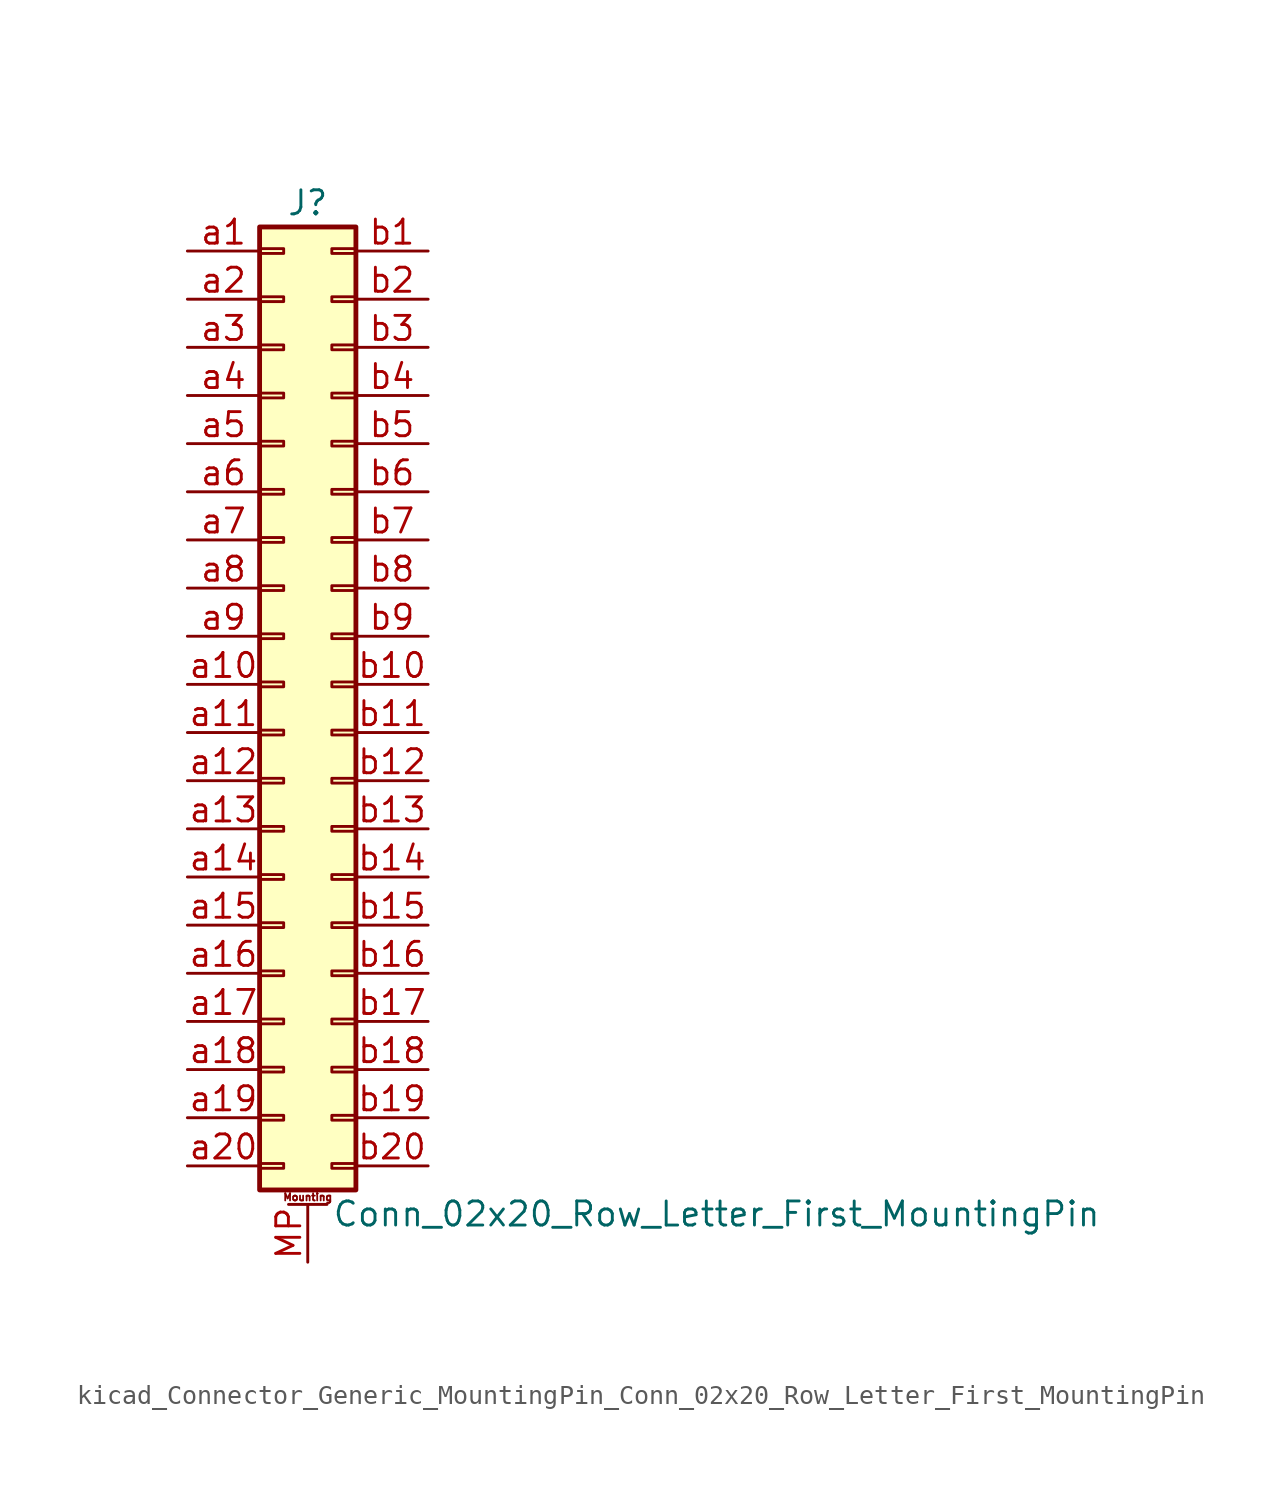
<source format=kicad_sym>
(kicad_symbol_lib
  (version 20220914)
  (generator kicad_symbol_editor)
  (symbol "kicad_Connector_Generic_MountingPin_Conn_02x20_Row_Letter_First_MountingPin"
    (pin_names
      (offset 1.016) hide)
    (property "Reference" "J"
      (at 1.27 25.4 0)
      (effects (font (size 1.27 1.27))))
    (property "Value" "Conn_02x20_Row_Letter_First_MountingPin"
      (at 2.54 -27.94 0)
      (effects (font (size 1.27 1.27)) (justify left)))
    (symbol "kicad_Connector_Generic_MountingPin_Conn_02x20_Row_Letter_First_MountingPin_1_1"
      (rectangle (start -1.27 -25.273) (end 0 -25.527) (stroke (width 0.152) (type default)) (fill (type none)))
      (rectangle (start -1.27 -22.733) (end 0 -22.987) (stroke (width 0.152) (type default)) (fill (type none)))
      (rectangle (start -1.27 -20.193) (end 0 -20.447) (stroke (width 0.152) (type default)) (fill (type none)))
      (rectangle (start -1.27 -17.653) (end 0 -17.907) (stroke (width 0.152) (type default)) (fill (type none)))
      (rectangle (start -1.27 -15.113) (end 0 -15.367) (stroke (width 0.152) (type default)) (fill (type none)))
      (rectangle (start -1.27 -12.573) (end 0 -12.827) (stroke (width 0.152) (type default)) (fill (type none)))
      (rectangle (start -1.27 -10.033) (end 0 -10.287) (stroke (width 0.152) (type default)) (fill (type none)))
      (rectangle (start -1.27 -7.493) (end 0 -7.747) (stroke (width 0.152) (type default)) (fill (type none)))
      (rectangle (start -1.27 -4.953) (end 0 -5.207) (stroke (width 0.152) (type default)) (fill (type none)))
      (rectangle (start -1.27 -2.413) (end 0 -2.667) (stroke (width 0.152) (type default)) (fill (type none)))
      (rectangle (start -1.27 0.127) (end 0 -0.127) (stroke (width 0.152) (type default)) (fill (type none)))
      (rectangle (start -1.27 2.667) (end 0 2.413) (stroke (width 0.152) (type default)) (fill (type none)))
      (rectangle (start -1.27 5.207) (end 0 4.953) (stroke (width 0.152) (type default)) (fill (type none)))
      (rectangle (start -1.27 7.747) (end 0 7.493) (stroke (width 0.152) (type default)) (fill (type none)))
      (rectangle (start -1.27 10.287) (end 0 10.033) (stroke (width 0.152) (type default)) (fill (type none)))
      (rectangle (start -1.27 12.827) (end 0 12.573) (stroke (width 0.152) (type default)) (fill (type none)))
      (rectangle (start -1.27 15.367) (end 0 15.113) (stroke (width 0.152) (type default)) (fill (type none)))
      (rectangle (start -1.27 17.907) (end 0 17.653) (stroke (width 0.152) (type default)) (fill (type none)))
      (rectangle (start -1.27 20.447) (end 0 20.193) (stroke (width 0.152) (type default)) (fill (type none)))
      (rectangle (start -1.27 22.987) (end 0 22.733) (stroke (width 0.152) (type default)) (fill (type none)))
      (rectangle (start -1.27 24.13) (end 3.81 -26.67) (stroke (width 0.254) (type default)) (fill (type background)))
      (polyline (pts (xy 0.254 -27.432) (xy 2.286 -27.432)) (stroke (width 0.152) (type default)) (fill (type none)))
      (rectangle (start 3.81 -25.273) (end 2.54 -25.527) (stroke (width 0.152) (type default)) (fill (type none)))
      (rectangle (start 3.81 -22.733) (end 2.54 -22.987) (stroke (width 0.152) (type default)) (fill (type none)))
      (rectangle (start 3.81 -20.193) (end 2.54 -20.447) (stroke (width 0.152) (type default)) (fill (type none)))
      (rectangle (start 3.81 -17.653) (end 2.54 -17.907) (stroke (width 0.152) (type default)) (fill (type none)))
      (rectangle (start 3.81 -15.113) (end 2.54 -15.367) (stroke (width 0.152) (type default)) (fill (type none)))
      (rectangle (start 3.81 -12.573) (end 2.54 -12.827) (stroke (width 0.152) (type default)) (fill (type none)))
      (rectangle (start 3.81 -10.033) (end 2.54 -10.287) (stroke (width 0.152) (type default)) (fill (type none)))
      (rectangle (start 3.81 -7.493) (end 2.54 -7.747) (stroke (width 0.152) (type default)) (fill (type none)))
      (rectangle (start 3.81 -4.953) (end 2.54 -5.207) (stroke (width 0.152) (type default)) (fill (type none)))
      (rectangle (start 3.81 -2.413) (end 2.54 -2.667) (stroke (width 0.152) (type default)) (fill (type none)))
      (rectangle (start 3.81 0.127) (end 2.54 -0.127) (stroke (width 0.152) (type default)) (fill (type none)))
      (rectangle (start 3.81 2.667) (end 2.54 2.413) (stroke (width 0.152) (type default)) (fill (type none)))
      (rectangle (start 3.81 5.207) (end 2.54 4.953) (stroke (width 0.152) (type default)) (fill (type none)))
      (rectangle (start 3.81 7.747) (end 2.54 7.493) (stroke (width 0.152) (type default)) (fill (type none)))
      (rectangle (start 3.81 10.287) (end 2.54 10.033) (stroke (width 0.152) (type default)) (fill (type none)))
      (rectangle (start 3.81 12.827) (end 2.54 12.573) (stroke (width 0.152) (type default)) (fill (type none)))
      (rectangle (start 3.81 15.367) (end 2.54 15.113) (stroke (width 0.152) (type default)) (fill (type none)))
      (rectangle (start 3.81 17.907) (end 2.54 17.653) (stroke (width 0.152) (type default)) (fill (type none)))
      (rectangle (start 3.81 20.447) (end 2.54 20.193) (stroke (width 0.152) (type default)) (fill (type none)))
      (rectangle (start 3.81 22.987) (end 2.54 22.733) (stroke (width 0.152) (type default)) (fill (type none)))
      (text "Mounting" (at 1.27 -27.051 0) (effects (font (size 0.381 0.381))))
      (pin passive line (at 1.27 -30.48 90) (length 3.048) (name "MountPin" (effects (font (size 1.27 1.27)))) (number "MP" (effects (font (size 1.27 1.27)))))
      (pin passive line (at -5.08 22.86 0) (length 3.81) (name "Pin_a1" (effects (font (size 1.27 1.27)))) (number "a1" (effects (font (size 1.27 1.27)))))
      (pin passive line (at -5.08 0 0) (length 3.81) (name "Pin_a10" (effects (font (size 1.27 1.27)))) (number "a10" (effects (font (size 1.27 1.27)))))
      (pin passive line (at -5.08 -2.54 0) (length 3.81) (name "Pin_a11" (effects (font (size 1.27 1.27)))) (number "a11" (effects (font (size 1.27 1.27)))))
      (pin passive line (at -5.08 -5.08 0) (length 3.81) (name "Pin_a12" (effects (font (size 1.27 1.27)))) (number "a12" (effects (font (size 1.27 1.27)))))
      (pin passive line (at -5.08 -7.62 0) (length 3.81) (name "Pin_a13" (effects (font (size 1.27 1.27)))) (number "a13" (effects (font (size 1.27 1.27)))))
      (pin passive line (at -5.08 -10.16 0) (length 3.81) (name "Pin_a14" (effects (font (size 1.27 1.27)))) (number "a14" (effects (font (size 1.27 1.27)))))
      (pin passive line (at -5.08 -12.7 0) (length 3.81) (name "Pin_a15" (effects (font (size 1.27 1.27)))) (number "a15" (effects (font (size 1.27 1.27)))))
      (pin passive line (at -5.08 -15.24 0) (length 3.81) (name "Pin_a16" (effects (font (size 1.27 1.27)))) (number "a16" (effects (font (size 1.27 1.27)))))
      (pin passive line (at -5.08 -17.78 0) (length 3.81) (name "Pin_a17" (effects (font (size 1.27 1.27)))) (number "a17" (effects (font (size 1.27 1.27)))))
      (pin passive line (at -5.08 -20.32 0) (length 3.81) (name "Pin_a18" (effects (font (size 1.27 1.27)))) (number "a18" (effects (font (size 1.27 1.27)))))
      (pin passive line (at -5.08 -22.86 0) (length 3.81) (name "Pin_a19" (effects (font (size 1.27 1.27)))) (number "a19" (effects (font (size 1.27 1.27)))))
      (pin passive line (at -5.08 20.32 0) (length 3.81) (name "Pin_a2" (effects (font (size 1.27 1.27)))) (number "a2" (effects (font (size 1.27 1.27)))))
      (pin passive line (at -5.08 -25.4 0) (length 3.81) (name "Pin_a20" (effects (font (size 1.27 1.27)))) (number "a20" (effects (font (size 1.27 1.27)))))
      (pin passive line (at -5.08 17.78 0) (length 3.81) (name "Pin_a3" (effects (font (size 1.27 1.27)))) (number "a3" (effects (font (size 1.27 1.27)))))
      (pin passive line (at -5.08 15.24 0) (length 3.81) (name "Pin_a4" (effects (font (size 1.27 1.27)))) (number "a4" (effects (font (size 1.27 1.27)))))
      (pin passive line (at -5.08 12.7 0) (length 3.81) (name "Pin_a5" (effects (font (size 1.27 1.27)))) (number "a5" (effects (font (size 1.27 1.27)))))
      (pin passive line (at -5.08 10.16 0) (length 3.81) (name "Pin_a6" (effects (font (size 1.27 1.27)))) (number "a6" (effects (font (size 1.27 1.27)))))
      (pin passive line (at -5.08 7.62 0) (length 3.81) (name "Pin_a7" (effects (font (size 1.27 1.27)))) (number "a7" (effects (font (size 1.27 1.27)))))
      (pin passive line (at -5.08 5.08 0) (length 3.81) (name "Pin_a8" (effects (font (size 1.27 1.27)))) (number "a8" (effects (font (size 1.27 1.27)))))
      (pin passive line (at -5.08 2.54 0) (length 3.81) (name "Pin_a9" (effects (font (size 1.27 1.27)))) (number "a9" (effects (font (size 1.27 1.27)))))
      (pin passive line (at 7.62 22.86 180) (length 3.81) (name "Pin_b1" (effects (font (size 1.27 1.27)))) (number "b1" (effects (font (size 1.27 1.27)))))
      (pin passive line (at 7.62 0 180) (length 3.81) (name "Pin_b10" (effects (font (size 1.27 1.27)))) (number "b10" (effects (font (size 1.27 1.27)))))
      (pin passive line (at 7.62 -2.54 180) (length 3.81) (name "Pin_b11" (effects (font (size 1.27 1.27)))) (number "b11" (effects (font (size 1.27 1.27)))))
      (pin passive line (at 7.62 -5.08 180) (length 3.81) (name "Pin_b12" (effects (font (size 1.27 1.27)))) (number "b12" (effects (font (size 1.27 1.27)))))
      (pin passive line (at 7.62 -7.62 180) (length 3.81) (name "Pin_b13" (effects (font (size 1.27 1.27)))) (number "b13" (effects (font (size 1.27 1.27)))))
      (pin passive line (at 7.62 -10.16 180) (length 3.81) (name "Pin_b14" (effects (font (size 1.27 1.27)))) (number "b14" (effects (font (size 1.27 1.27)))))
      (pin passive line (at 7.62 -12.7 180) (length 3.81) (name "Pin_b15" (effects (font (size 1.27 1.27)))) (number "b15" (effects (font (size 1.27 1.27)))))
      (pin passive line (at 7.62 -15.24 180) (length 3.81) (name "Pin_b16" (effects (font (size 1.27 1.27)))) (number "b16" (effects (font (size 1.27 1.27)))))
      (pin passive line (at 7.62 -17.78 180) (length 3.81) (name "Pin_b17" (effects (font (size 1.27 1.27)))) (number "b17" (effects (font (size 1.27 1.27)))))
      (pin passive line (at 7.62 -20.32 180) (length 3.81) (name "Pin_b18" (effects (font (size 1.27 1.27)))) (number "b18" (effects (font (size 1.27 1.27)))))
      (pin passive line (at 7.62 -22.86 180) (length 3.81) (name "Pin_b19" (effects (font (size 1.27 1.27)))) (number "b19" (effects (font (size 1.27 1.27)))))
      (pin passive line (at 7.62 20.32 180) (length 3.81) (name "Pin_b2" (effects (font (size 1.27 1.27)))) (number "b2" (effects (font (size 1.27 1.27)))))
      (pin passive line (at 7.62 -25.4 180) (length 3.81) (name "Pin_b20" (effects (font (size 1.27 1.27)))) (number "b20" (effects (font (size 1.27 1.27)))))
      (pin passive line (at 7.62 17.78 180) (length 3.81) (name "Pin_b3" (effects (font (size 1.27 1.27)))) (number "b3" (effects (font (size 1.27 1.27)))))
      (pin passive line (at 7.62 15.24 180) (length 3.81) (name "Pin_b4" (effects (font (size 1.27 1.27)))) (number "b4" (effects (font (size 1.27 1.27)))))
      (pin passive line (at 7.62 12.7 180) (length 3.81) (name "Pin_b5" (effects (font (size 1.27 1.27)))) (number "b5" (effects (font (size 1.27 1.27)))))
      (pin passive line (at 7.62 10.16 180) (length 3.81) (name "Pin_b6" (effects (font (size 1.27 1.27)))) (number "b6" (effects (font (size 1.27 1.27)))))
      (pin passive line (at 7.62 7.62 180) (length 3.81) (name "Pin_b7" (effects (font (size 1.27 1.27)))) (number "b7" (effects (font (size 1.27 1.27)))))
      (pin passive line (at 7.62 5.08 180) (length 3.81) (name "Pin_b8" (effects (font (size 1.27 1.27)))) (number "b8" (effects (font (size 1.27 1.27)))))
      (pin passive line (at 7.62 2.54 180) (length 3.81) (name "Pin_b9" (effects (font (size 1.27 1.27)))) (number "b9" (effects (font (size 1.27 1.27))))))))
</source>
